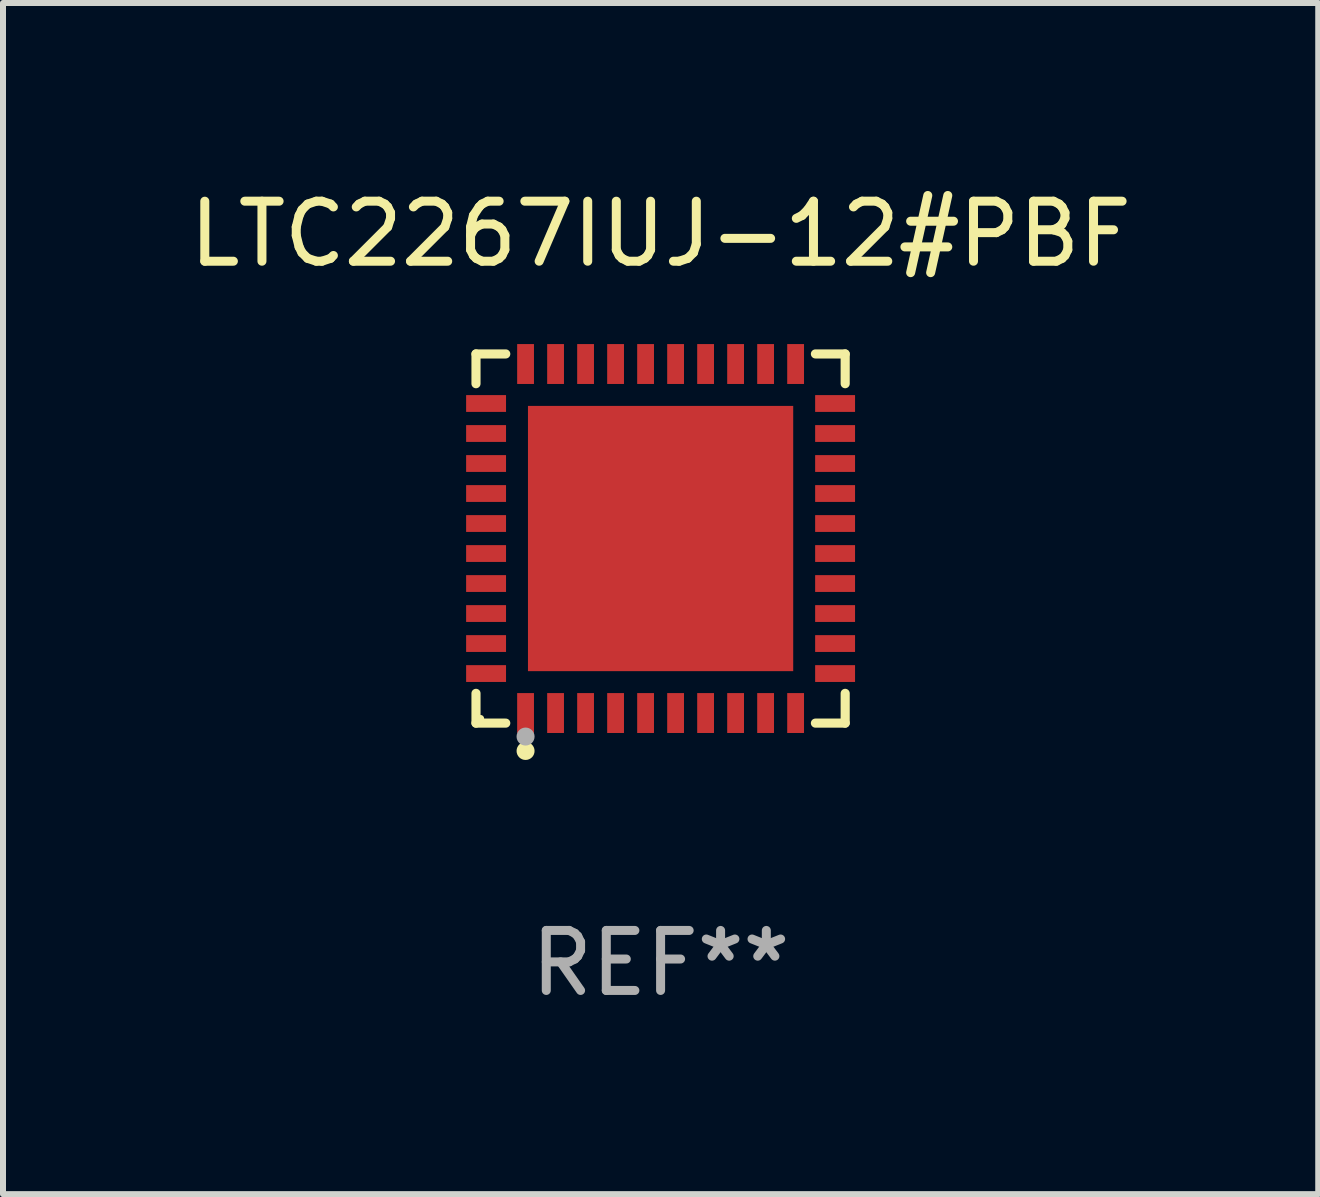
<source format=kicad_pcb>
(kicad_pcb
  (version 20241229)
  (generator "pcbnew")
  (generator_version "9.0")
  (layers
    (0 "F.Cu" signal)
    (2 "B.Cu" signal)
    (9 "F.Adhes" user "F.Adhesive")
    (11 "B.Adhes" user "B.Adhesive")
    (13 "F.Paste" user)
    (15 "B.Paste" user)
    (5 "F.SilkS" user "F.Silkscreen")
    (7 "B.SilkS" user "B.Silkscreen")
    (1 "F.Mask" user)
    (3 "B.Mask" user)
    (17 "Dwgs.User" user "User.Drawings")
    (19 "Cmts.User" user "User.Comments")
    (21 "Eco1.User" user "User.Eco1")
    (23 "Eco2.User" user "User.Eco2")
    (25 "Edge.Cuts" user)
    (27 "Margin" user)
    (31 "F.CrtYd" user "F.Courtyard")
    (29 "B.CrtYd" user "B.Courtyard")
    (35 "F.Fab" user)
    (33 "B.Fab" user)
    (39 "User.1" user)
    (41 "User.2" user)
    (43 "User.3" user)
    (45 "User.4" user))
  (footprint "LTC2267IUJ-12#PBF"
    (layer "F.Cu")
    (at 7.958 5.924)
    (property "Reference" "LTC2267IUJ-12#PBF" (at 0 -5.076 0) (layer "F.SilkS") (effects (font (size 1 1) (thickness 0.15))))
    (attr through_hole)
    (fp_line (start -3.076 -3.076) (end -2.58 -3.076) (stroke (width 0.152) (type solid)) (layer "F.SilkS"))
    (fp_line (start -3.076 -2.58) (end -3.076 -3.076) (stroke (width 0.152) (type solid)) (layer "F.SilkS"))
    (fp_line (start -3.076 2.58) (end -3.076 3.076) (stroke (width 0.152) (type solid)) (layer "F.SilkS"))
    (fp_line (start -3.076 3.076) (end -2.58 3.076) (stroke (width 0.152) (type solid)) (layer "F.SilkS"))
    (fp_line (start 3.076 -3.076) (end 2.58 -3.076) (stroke (width 0.152) (type solid)) (layer "F.SilkS"))
    (fp_line (start 3.076 -2.58) (end 3.076 -3.076) (stroke (width 0.152) (type solid)) (layer "F.SilkS"))
    (fp_line (start 3.076 2.58) (end 3.076 3.076) (stroke (width 0.152) (type solid)) (layer "F.SilkS"))
    (fp_line (start 3.076 3.076) (end 2.58 3.076) (stroke (width 0.152) (type solid)) (layer "F.SilkS"))
    (fp_circle (center -3 3) (end -2.97 3) (stroke (width 0.06) (type solid)) (fill no) (layer "F.SilkS"))
    (fp_circle (center -2.25 3.54) (end -2.175 3.54) (stroke (width 0.15) (type solid)) (fill no) (layer "F.SilkS"))
    (fp_circle (center -2.25 3.3) (end -2.175 3.3) (stroke (width 0.15) (type solid)) (fill no) (layer "F.Fab"))
    (fp_text user "REF**" (at 0 7.076 0) (layer "F.Fab") (effects (font (size 1 1) (thickness 0.15))))
    (pad "1" smd rect (at -2.25 2.908) (size 0.28 0.665) (layers "F.Cu" "F.Mask" "F.Paste"))
    (pad "2" smd rect (at -1.75 2.908) (size 0.28 0.665) (layers "F.Cu" "F.Mask" "F.Paste"))
    (pad "3" smd rect (at -1.25 2.908) (size 0.28 0.665) (layers "F.Cu" "F.Mask" "F.Paste"))
    (pad "4" smd rect (at -0.75 2.908) (size 0.28 0.665) (layers "F.Cu" "F.Mask" "F.Paste"))
    (pad "5" smd rect (at -0.25 2.908) (size 0.28 0.665) (layers "F.Cu" "F.Mask" "F.Paste"))
    (pad "6" smd rect (at 0.25 2.908) (size 0.28 0.665) (layers "F.Cu" "F.Mask" "F.Paste"))
    (pad "7" smd rect (at 0.75 2.908) (size 0.28 0.665) (layers "F.Cu" "F.Mask" "F.Paste"))
    (pad "8" smd rect (at 1.25 2.908) (size 0.28 0.665) (layers "F.Cu" "F.Mask" "F.Paste"))
    (pad "9" smd rect (at 1.75 2.908) (size 0.28 0.665) (layers "F.Cu" "F.Mask" "F.Paste"))
    (pad "10" smd rect (at 2.25 2.908) (size 0.28 0.665) (layers "F.Cu" "F.Mask" "F.Paste"))
    (pad "11" smd rect (at 2.908 2.25) (size 0.665 0.28) (layers "F.Cu" "F.Mask" "F.Paste"))
    (pad "12" smd rect (at 2.908 1.75) (size 0.665 0.28) (layers "F.Cu" "F.Mask" "F.Paste"))
    (pad "13" smd rect (at 2.908 1.25) (size 0.665 0.28) (layers "F.Cu" "F.Mask" "F.Paste"))
    (pad "14" smd rect (at 2.908 0.75) (size 0.665 0.28) (layers "F.Cu" "F.Mask" "F.Paste"))
    (pad "15" smd rect (at 2.908 0.25) (size 0.665 0.28) (layers "F.Cu" "F.Mask" "F.Paste"))
    (pad "16" smd rect (at 2.908 -0.25) (size 0.665 0.28) (layers "F.Cu" "F.Mask" "F.Paste"))
    (pad "17" smd rect (at 2.908 -0.75) (size 0.665 0.28) (layers "F.Cu" "F.Mask" "F.Paste"))
    (pad "18" smd rect (at 2.908 -1.25) (size 0.665 0.28) (layers "F.Cu" "F.Mask" "F.Paste"))
    (pad "19" smd rect (at 2.908 -1.75) (size 0.665 0.28) (layers "F.Cu" "F.Mask" "F.Paste"))
    (pad "20" smd rect (at 2.908 -2.25) (size 0.665 0.28) (layers "F.Cu" "F.Mask" "F.Paste"))
    (pad "21" smd rect (at 2.25 -2.908) (size 0.28 0.665) (layers "F.Cu" "F.Mask" "F.Paste"))
    (pad "22" smd rect (at 1.75 -2.908) (size 0.28 0.665) (layers "F.Cu" "F.Mask" "F.Paste"))
    (pad "23" smd rect (at 1.25 -2.908) (size 0.28 0.665) (layers "F.Cu" "F.Mask" "F.Paste"))
    (pad "24" smd rect (at 0.75 -2.908) (size 0.28 0.665) (layers "F.Cu" "F.Mask" "F.Paste"))
    (pad "25" smd rect (at 0.25 -2.908) (size 0.28 0.665) (layers "F.Cu" "F.Mask" "F.Paste"))
    (pad "26" smd rect (at -0.25 -2.908) (size 0.28 0.665) (layers "F.Cu" "F.Mask" "F.Paste"))
    (pad "27" smd rect (at -0.75 -2.908) (size 0.28 0.665) (layers "F.Cu" "F.Mask" "F.Paste"))
    (pad "28" smd rect (at -1.25 -2.908) (size 0.28 0.665) (layers "F.Cu" "F.Mask" "F.Paste"))
    (pad "29" smd rect (at -1.75 -2.908) (size 0.28 0.665) (layers "F.Cu" "F.Mask" "F.Paste"))
    (pad "30" smd rect (at -2.25 -2.908) (size 0.28 0.665) (layers "F.Cu" "F.Mask" "F.Paste"))
    (pad "31" smd rect (at -2.908 -2.25) (size 0.665 0.28) (layers "F.Cu" "F.Mask" "F.Paste"))
    (pad "32" smd rect (at -2.908 -1.75) (size 0.665 0.28) (layers "F.Cu" "F.Mask" "F.Paste"))
    (pad "33" smd rect (at -2.908 -1.25) (size 0.665 0.28) (layers "F.Cu" "F.Mask" "F.Paste"))
    (pad "34" smd rect (at -2.908 -0.75) (size 0.665 0.28) (layers "F.Cu" "F.Mask" "F.Paste"))
    (pad "35" smd rect (at -2.908 -0.25) (size 0.665 0.28) (layers "F.Cu" "F.Mask" "F.Paste"))
    (pad "36" smd rect (at -2.908 0.25) (size 0.665 0.28) (layers "F.Cu" "F.Mask" "F.Paste"))
    (pad "37" smd rect (at -2.908 0.75) (size 0.665 0.28) (layers "F.Cu" "F.Mask" "F.Paste"))
    (pad "38" smd rect (at -2.908 1.25) (size 0.665 0.28) (layers "F.Cu" "F.Mask" "F.Paste"))
    (pad "39" smd rect (at -2.908 1.75) (size 0.665 0.28) (layers "F.Cu" "F.Mask" "F.Paste"))
    (pad "40" smd rect (at -2.908 2.25) (size 0.665 0.28) (layers "F.Cu" "F.Mask" "F.Paste"))
    (pad "41" smd rect (at 0 0) (size 4.42 4.42) (layers "F.Cu" "F.Mask" "F.Paste")))
  (gr_rect
    (start -3 -3)
    (end 18.917 16.849)
    (stroke (width 0.1) (type default))
    (fill no)
    (layer "Edge.Cuts")))
</source>
